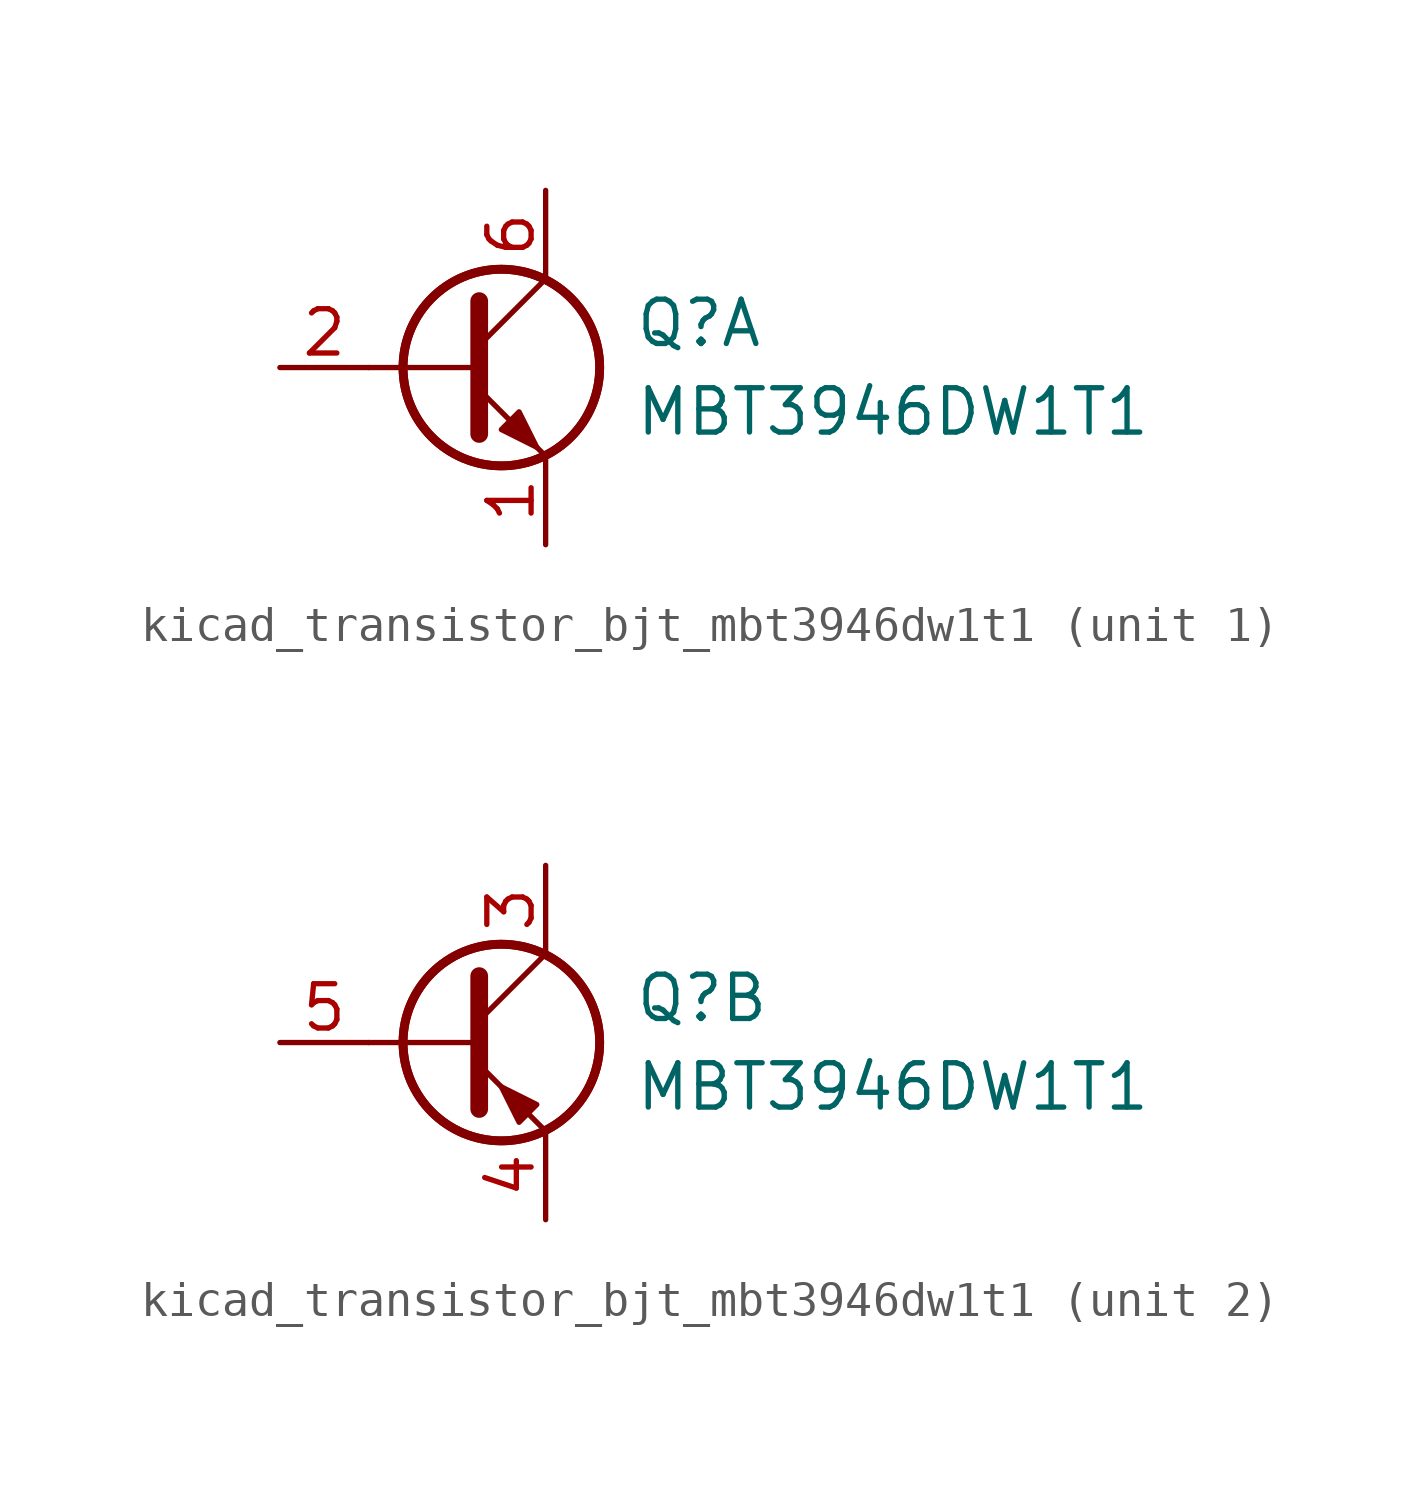
<source format=kicad_sym>
(kicad_symbol_lib
  (version 20220914)
  (generator kicad_symbol_editor)
  (symbol "kicad_transistor_bjt_mbt3946dw1t1"
    (pin_names
      (offset 0) hide)
    (property "Reference" "Q"
      (at 5.08 1.27 0)
      (effects (font (size 1.27 1.27)) (justify left)))
    (property "Value" "MBT3946DW1T1"
      (at 5.08 -1.27 0)
      (effects (font (size 1.27 1.27)) (justify left)))
    (property "ki_locked" ""
      (at 0 0 0)
      (effects (font (size 1.27 1.27))))
    (symbol "kicad_transistor_bjt_mbt3946dw1t1_0_1"
      (polyline (pts (xy 0.635 0) (xy -2.54 0)) (stroke (width 0) (type default)) (fill (type none)))
      (circle (center 1.27 0) (radius 2.819) (stroke (width 0.254) (type default)) (fill (type none)))
      (circle (center 1.27 0) (radius 2.819) (stroke (width 0.254) (type default)) (fill (type none))))
    (symbol "kicad_transistor_bjt_mbt3946dw1t1_1_1"
      (polyline (pts (xy 0.635 0.635) (xy 2.54 2.54)) (stroke (width 0) (type default)) (fill (type none)))
      (polyline (pts (xy 0.635 -0.635) (xy 2.54 -2.54) (xy 2.54 -2.54)) (stroke (width 0) (type default)) (fill (type none)))
      (polyline (pts (xy 0.635 1.905) (xy 0.635 -1.905) (xy 0.635 -1.905)) (stroke (width 0.508) (type default)) (fill (type none)))
      (polyline (pts (xy 1.27 -1.778) (xy 1.778 -1.27) (xy 2.286 -2.286) (xy 1.27 -1.778) (xy 1.27 -1.778)) (stroke (width 0) (type default)) (fill (type outline)))
      (pin passive line (at 2.54 -5.08 90) (length 2.54) (name "E1" (effects (font (size 1.27 1.27)))) (number "1" (effects (font (size 1.27 1.27)))))
      (pin input line (at -5.08 0 0) (length 2.54) (name "B1" (effects (font (size 1.27 1.27)))) (number "2" (effects (font (size 1.27 1.27)))))
      (pin passive line (at 2.54 5.08 270) (length 2.54) (name "C1" (effects (font (size 1.27 1.27)))) (number "6" (effects (font (size 1.27 1.27))))))
    (symbol "kicad_transistor_bjt_mbt3946dw1t1_2_1"
      (polyline (pts (xy 0.635 0.635) (xy 2.54 2.54)) (stroke (width 0) (type default)) (fill (type none)))
      (polyline (pts (xy 0.635 -0.635) (xy 2.54 -2.54) (xy 2.54 -2.54)) (stroke (width 0) (type default)) (fill (type none)))
      (polyline (pts (xy 0.635 1.905) (xy 0.635 -1.905) (xy 0.635 -1.905)) (stroke (width 0.508) (type default)) (fill (type none)))
      (polyline (pts (xy 2.286 -1.778) (xy 1.778 -2.286) (xy 1.27 -1.27) (xy 2.286 -1.778) (xy 2.286 -1.778)) (stroke (width 0) (type default)) (fill (type outline)))
      (pin passive line (at 2.54 5.08 270) (length 2.54) (name "C2" (effects (font (size 1.27 1.27)))) (number "3" (effects (font (size 1.27 1.27)))))
      (pin passive line (at 2.54 -5.08 90) (length 2.54) (name "E2" (effects (font (size 1.27 1.27)))) (number "4" (effects (font (size 1.27 1.27)))))
      (pin input line (at -5.08 0 0) (length 2.54) (name "B2" (effects (font (size 1.27 1.27)))) (number "5" (effects (font (size 1.27 1.27))))))))
</source>
